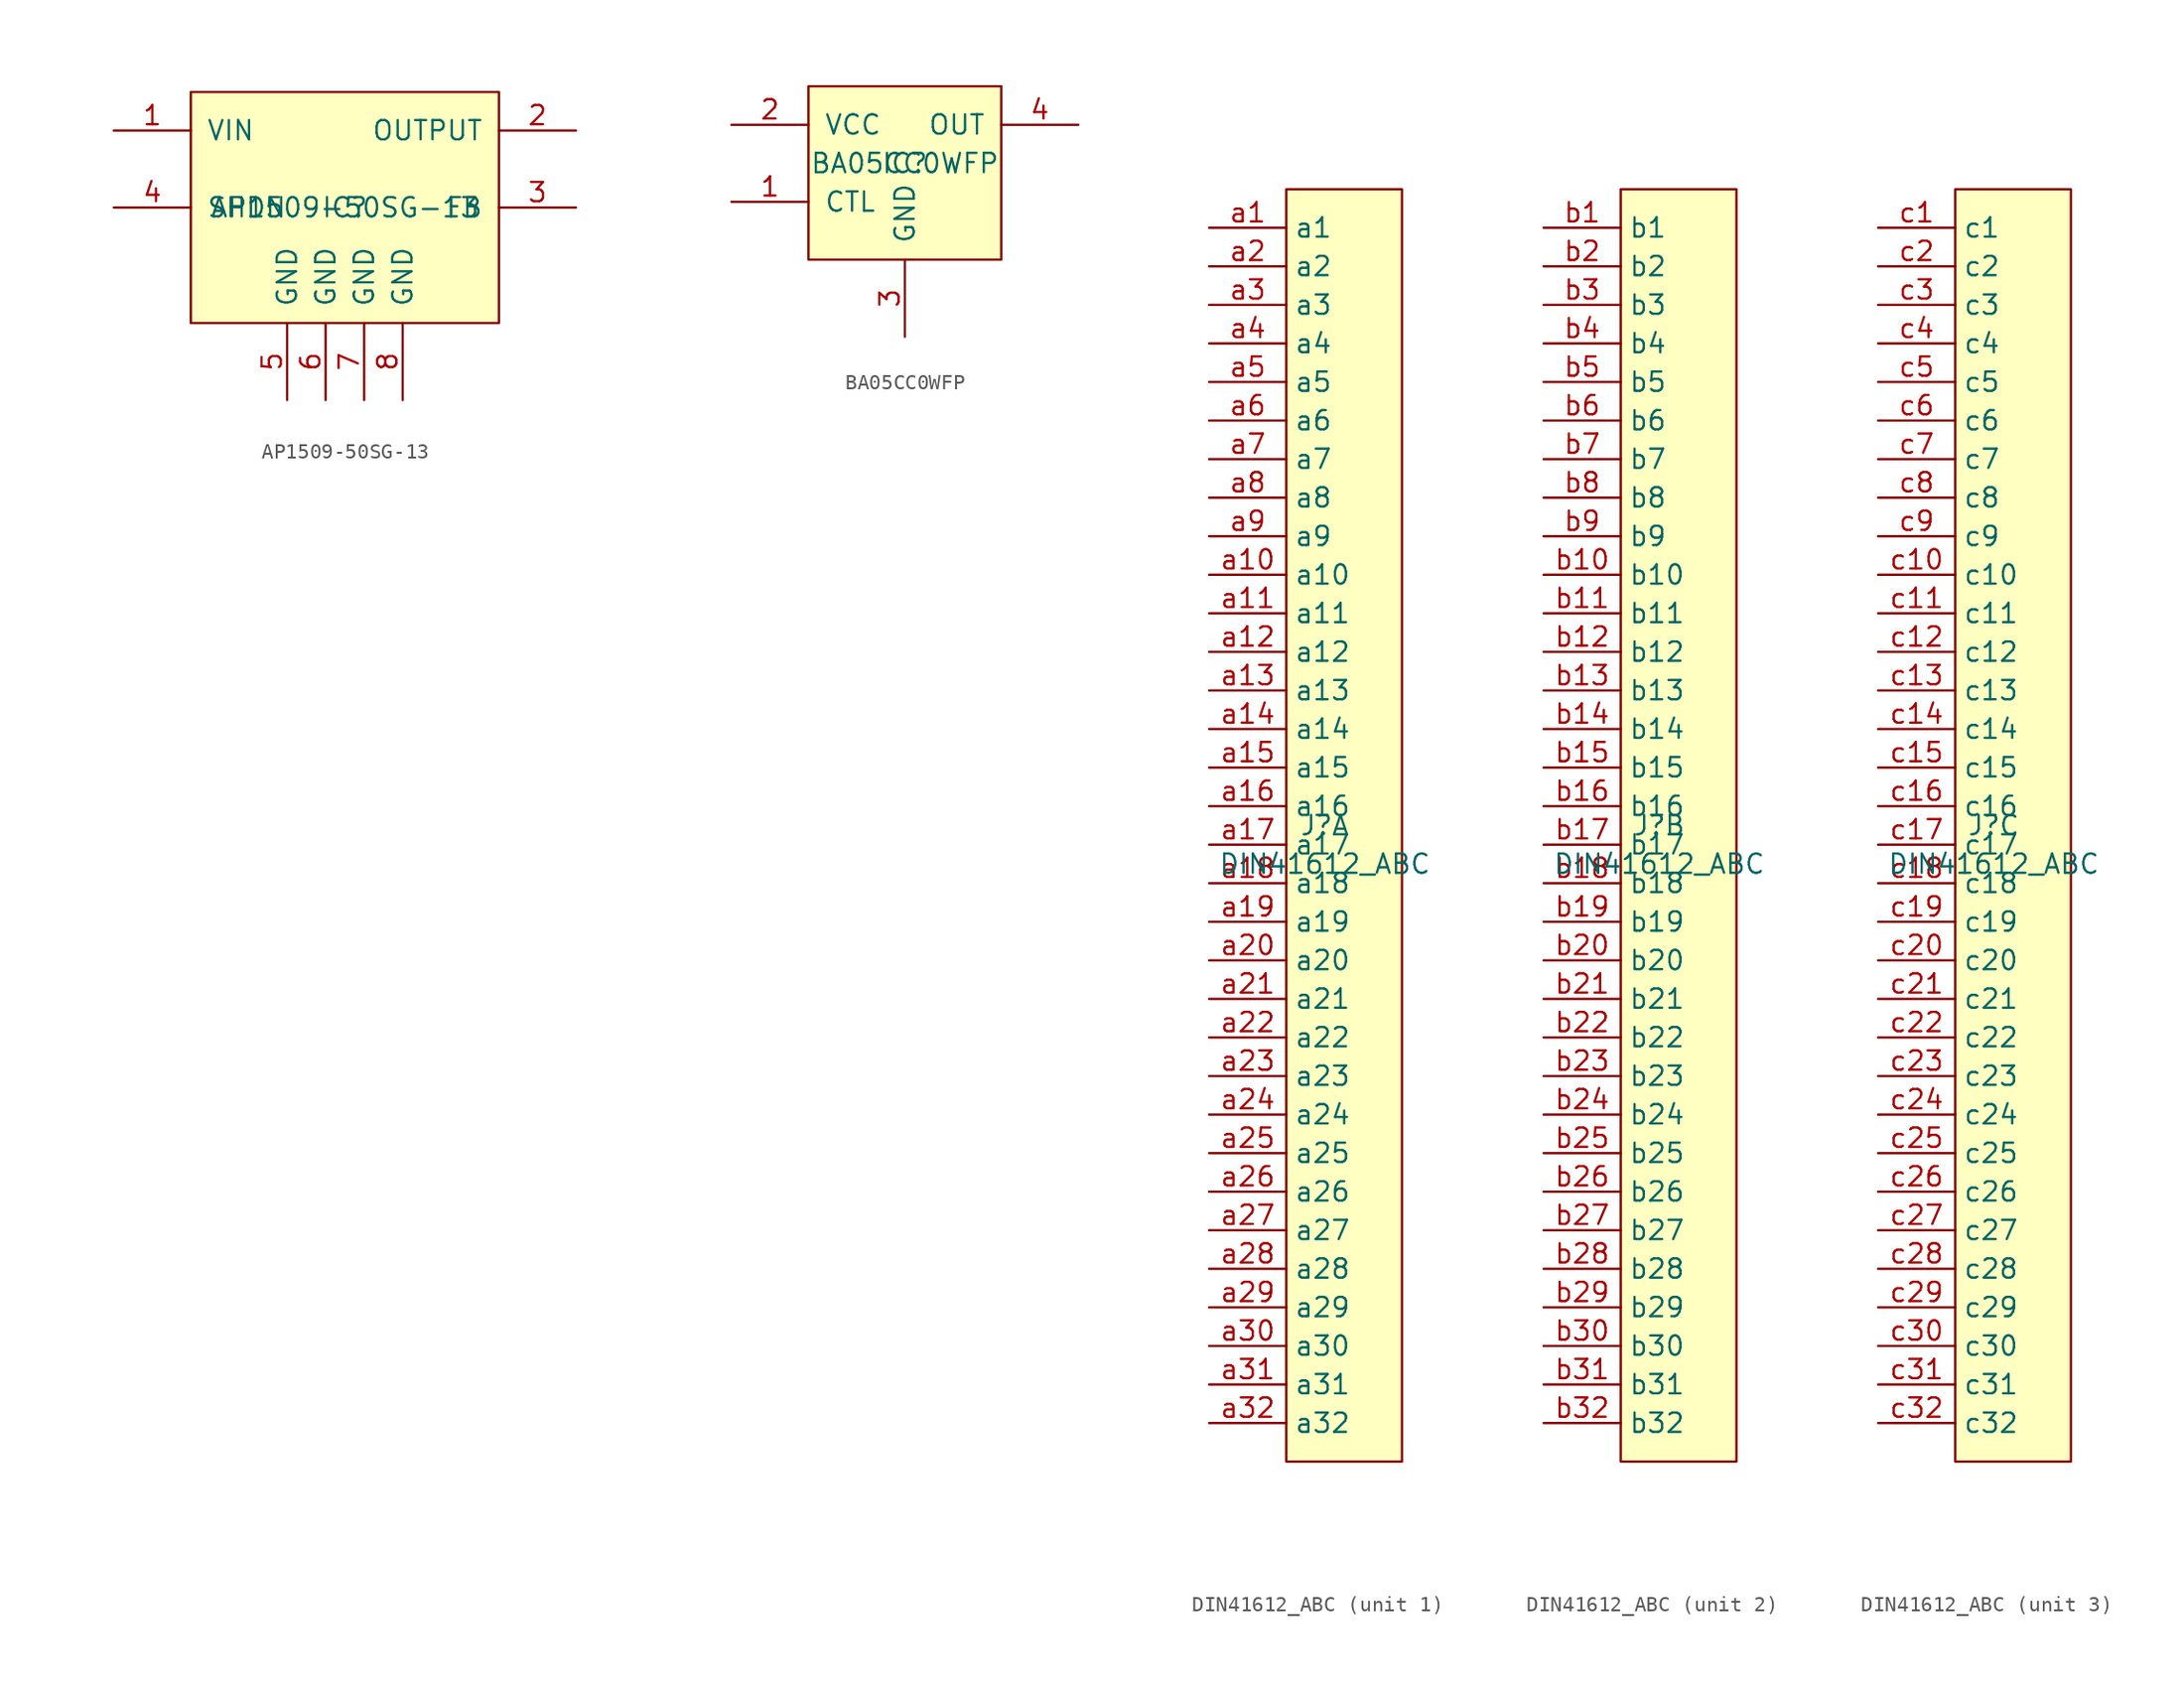
<source format=kicad_sym>
(kicad_symbol_lib
  (version 20220914)
  (generator kicad_symbol_editor)
  (symbol "AP1509-50SG-13"
    (pin_names
      (offset 1.016))
    (property "Reference" "IC"
      (at 0 0 0)
      (effects (font (size 1.27 1.27))))
    (property "Value" "AP1509-50SG-13"
      (at 0 0 0)
      (effects (font (size 1.27 1.27))))
    (symbol "AP1509-50SG-13_0_1"
      (rectangle (start -10.16 7.62) (end 10.16 -7.62) (stroke (width 0) (type default)) (fill (type background))))
    (symbol "AP1509-50SG-13_1_0"
      (pin power_in line (at -15.24 5.08 0) (length 5.08) (name "VIN" (effects (font (size 1.27 1.27)))) (number "1" (effects (font (size 1.27 1.27)))))
      (pin power_out line (at 15.24 5.08 180) (length 5.08) (name "OUTPUT" (effects (font (size 1.27 1.27)))) (number "2" (effects (font (size 1.27 1.27)))))
      (pin input line (at 15.24 0 180) (length 5.08) (name "FB" (effects (font (size 1.27 1.27)))) (number "3" (effects (font (size 1.27 1.27)))))
      (pin input line (at -15.24 0 0) (length 5.08) (name "SHDN" (effects (font (size 1.27 1.27)))) (number "4" (effects (font (size 1.27 1.27)))))
      (pin power_in line (at -3.81 -12.7 90) (length 5.08) (name "GND" (effects (font (size 1.27 1.27)))) (number "5" (effects (font (size 1.27 1.27)))))
      (pin power_in line (at -1.27 -12.7 90) (length 5.08) (name "GND" (effects (font (size 1.27 1.27)))) (number "6" (effects (font (size 1.27 1.27)))))
      (pin power_in line (at 1.27 -12.7 90) (length 5.08) (name "GND" (effects (font (size 1.27 1.27)))) (number "7" (effects (font (size 1.27 1.27)))))
      (pin power_in line (at 3.81 -12.7 90) (length 5.08) (name "GND" (effects (font (size 1.27 1.27)))) (number "8" (effects (font (size 1.27 1.27)))))))
  (symbol "BA05CC0WFP"
    (pin_names
      (offset 1.016))
    (property "Reference" "IC"
      (at 0 0 0)
      (effects (font (size 1.27 1.27))))
    (property "Value" "BA05CC0WFP"
      (at 0 0 0)
      (effects (font (size 1.27 1.27))))
    (symbol "BA05CC0WFP_0_1"
      (rectangle (start -6.35 5.08) (end 6.35 -6.35) (stroke (width 0) (type default)) (fill (type background))))
    (symbol "BA05CC0WFP_1_0"
      (pin input line (at -11.43 -2.54 0) (length 5.08) (name "CTL" (effects (font (size 1.27 1.27)))) (number "1" (effects (font (size 1.27 1.27)))))
      (pin power_in line (at -11.43 2.54 0) (length 5.08) (name "VCC" (effects (font (size 1.27 1.27)))) (number "2" (effects (font (size 1.27 1.27)))))
      (pin power_in line (at 0 -11.43 90) (length 5.08) (name "GND" (effects (font (size 1.27 1.27)))) (number "3" (effects (font (size 1.27 1.27)))))
      (pin power_out line (at 11.43 2.54 180) (length 5.08) (name "OUT" (effects (font (size 1.27 1.27)))) (number "4" (effects (font (size 1.27 1.27)))))
      (pin no_connect line (at 11.43 -2.54 180) (length 5.08) hide (name "NC" (effects (font (size 1.27 1.27)))) (number "5" (effects (font (size 1.27 1.27)))))))
  (symbol "DIN41612_ABC"
    (property "Reference" "J"
      (at 0 0 0)
      (effects (font (size 1.27 1.27))))
    (property "Value" "DIN41612_ABC"
      (at 0 -2.54 0)
      (effects (font (size 1.27 1.27))))
    (property "ki_locked" ""
      (at 0 0 0)
      (effects (font (size 1.27 1.27))))
    (symbol "DIN41612_ABC_0_1"
      (rectangle (start -2.54 41.91) (end 5.08 -41.91) (stroke (width 0.152) (type default)) (fill (type background))))
    (symbol "DIN41612_ABC_1_1"
      (pin passive line (at -7.62 39.37 0) (length 5.08) (name "a1" (effects (font (size 1.27 1.27)))) (number "a1" (effects (font (size 1.27 1.27)))))
      (pin passive line (at -7.62 16.51 0) (length 5.08) (name "a10" (effects (font (size 1.27 1.27)))) (number "a10" (effects (font (size 1.27 1.27)))))
      (pin passive line (at -7.62 13.97 0) (length 5.08) (name "a11" (effects (font (size 1.27 1.27)))) (number "a11" (effects (font (size 1.27 1.27)))))
      (pin passive line (at -7.62 11.43 0) (length 5.08) (name "a12" (effects (font (size 1.27 1.27)))) (number "a12" (effects (font (size 1.27 1.27)))))
      (pin passive line (at -7.62 8.89 0) (length 5.08) (name "a13" (effects (font (size 1.27 1.27)))) (number "a13" (effects (font (size 1.27 1.27)))))
      (pin passive line (at -7.62 6.35 0) (length 5.08) (name "a14" (effects (font (size 1.27 1.27)))) (number "a14" (effects (font (size 1.27 1.27)))))
      (pin passive line (at -7.62 3.81 0) (length 5.08) (name "a15" (effects (font (size 1.27 1.27)))) (number "a15" (effects (font (size 1.27 1.27)))))
      (pin passive line (at -7.62 1.27 0) (length 5.08) (name "a16" (effects (font (size 1.27 1.27)))) (number "a16" (effects (font (size 1.27 1.27)))))
      (pin passive line (at -7.62 -1.27 0) (length 5.08) (name "a17" (effects (font (size 1.27 1.27)))) (number "a17" (effects (font (size 1.27 1.27)))))
      (pin passive line (at -7.62 -3.81 0) (length 5.08) (name "a18" (effects (font (size 1.27 1.27)))) (number "a18" (effects (font (size 1.27 1.27)))))
      (pin passive line (at -7.62 -6.35 0) (length 5.08) (name "a19" (effects (font (size 1.27 1.27)))) (number "a19" (effects (font (size 1.27 1.27)))))
      (pin passive line (at -7.62 36.83 0) (length 5.08) (name "a2" (effects (font (size 1.27 1.27)))) (number "a2" (effects (font (size 1.27 1.27)))))
      (pin passive line (at -7.62 -8.89 0) (length 5.08) (name "a20" (effects (font (size 1.27 1.27)))) (number "a20" (effects (font (size 1.27 1.27)))))
      (pin passive line (at -7.62 -11.43 0) (length 5.08) (name "a21" (effects (font (size 1.27 1.27)))) (number "a21" (effects (font (size 1.27 1.27)))))
      (pin passive line (at -7.62 -13.97 0) (length 5.08) (name "a22" (effects (font (size 1.27 1.27)))) (number "a22" (effects (font (size 1.27 1.27)))))
      (pin passive line (at -7.62 -16.51 0) (length 5.08) (name "a23" (effects (font (size 1.27 1.27)))) (number "a23" (effects (font (size 1.27 1.27)))))
      (pin passive line (at -7.62 -19.05 0) (length 5.08) (name "a24" (effects (font (size 1.27 1.27)))) (number "a24" (effects (font (size 1.27 1.27)))))
      (pin passive line (at -7.62 -21.59 0) (length 5.08) (name "a25" (effects (font (size 1.27 1.27)))) (number "a25" (effects (font (size 1.27 1.27)))))
      (pin passive line (at -7.62 -24.13 0) (length 5.08) (name "a26" (effects (font (size 1.27 1.27)))) (number "a26" (effects (font (size 1.27 1.27)))))
      (pin passive line (at -7.62 -26.67 0) (length 5.08) (name "a27" (effects (font (size 1.27 1.27)))) (number "a27" (effects (font (size 1.27 1.27)))))
      (pin passive line (at -7.62 -29.21 0) (length 5.08) (name "a28" (effects (font (size 1.27 1.27)))) (number "a28" (effects (font (size 1.27 1.27)))))
      (pin passive line (at -7.62 -31.75 0) (length 5.08) (name "a29" (effects (font (size 1.27 1.27)))) (number "a29" (effects (font (size 1.27 1.27)))))
      (pin passive line (at -7.62 34.29 0) (length 5.08) (name "a3" (effects (font (size 1.27 1.27)))) (number "a3" (effects (font (size 1.27 1.27)))))
      (pin passive line (at -7.62 -34.29 0) (length 5.08) (name "a30" (effects (font (size 1.27 1.27)))) (number "a30" (effects (font (size 1.27 1.27)))))
      (pin passive line (at -7.62 -36.83 0) (length 5.08) (name "a31" (effects (font (size 1.27 1.27)))) (number "a31" (effects (font (size 1.27 1.27)))))
      (pin passive line (at -7.62 -39.37 0) (length 5.08) (name "a32" (effects (font (size 1.27 1.27)))) (number "a32" (effects (font (size 1.27 1.27)))))
      (pin passive line (at -7.62 31.75 0) (length 5.08) (name "a4" (effects (font (size 1.27 1.27)))) (number "a4" (effects (font (size 1.27 1.27)))))
      (pin passive line (at -7.62 29.21 0) (length 5.08) (name "a5" (effects (font (size 1.27 1.27)))) (number "a5" (effects (font (size 1.27 1.27)))))
      (pin passive line (at -7.62 26.67 0) (length 5.08) (name "a6" (effects (font (size 1.27 1.27)))) (number "a6" (effects (font (size 1.27 1.27)))))
      (pin passive line (at -7.62 24.13 0) (length 5.08) (name "a7" (effects (font (size 1.27 1.27)))) (number "a7" (effects (font (size 1.27 1.27)))))
      (pin passive line (at -7.62 21.59 0) (length 5.08) (name "a8" (effects (font (size 1.27 1.27)))) (number "a8" (effects (font (size 1.27 1.27)))))
      (pin passive line (at -7.62 19.05 0) (length 5.08) (name "a9" (effects (font (size 1.27 1.27)))) (number "a9" (effects (font (size 1.27 1.27))))))
    (symbol "DIN41612_ABC_2_1"
      (pin passive line (at -7.62 39.37 0) (length 5.08) (name "b1" (effects (font (size 1.27 1.27)))) (number "b1" (effects (font (size 1.27 1.27)))))
      (pin passive line (at -7.62 16.51 0) (length 5.08) (name "b10" (effects (font (size 1.27 1.27)))) (number "b10" (effects (font (size 1.27 1.27)))))
      (pin passive line (at -7.62 13.97 0) (length 5.08) (name "b11" (effects (font (size 1.27 1.27)))) (number "b11" (effects (font (size 1.27 1.27)))))
      (pin passive line (at -7.62 11.43 0) (length 5.08) (name "b12" (effects (font (size 1.27 1.27)))) (number "b12" (effects (font (size 1.27 1.27)))))
      (pin passive line (at -7.62 8.89 0) (length 5.08) (name "b13" (effects (font (size 1.27 1.27)))) (number "b13" (effects (font (size 1.27 1.27)))))
      (pin passive line (at -7.62 6.35 0) (length 5.08) (name "b14" (effects (font (size 1.27 1.27)))) (number "b14" (effects (font (size 1.27 1.27)))))
      (pin passive line (at -7.62 3.81 0) (length 5.08) (name "b15" (effects (font (size 1.27 1.27)))) (number "b15" (effects (font (size 1.27 1.27)))))
      (pin passive line (at -7.62 1.27 0) (length 5.08) (name "b16" (effects (font (size 1.27 1.27)))) (number "b16" (effects (font (size 1.27 1.27)))))
      (pin passive line (at -7.62 -1.27 0) (length 5.08) (name "b17" (effects (font (size 1.27 1.27)))) (number "b17" (effects (font (size 1.27 1.27)))))
      (pin passive line (at -7.62 -3.81 0) (length 5.08) (name "b18" (effects (font (size 1.27 1.27)))) (number "b18" (effects (font (size 1.27 1.27)))))
      (pin passive line (at -7.62 -6.35 0) (length 5.08) (name "b19" (effects (font (size 1.27 1.27)))) (number "b19" (effects (font (size 1.27 1.27)))))
      (pin passive line (at -7.62 36.83 0) (length 5.08) (name "b2" (effects (font (size 1.27 1.27)))) (number "b2" (effects (font (size 1.27 1.27)))))
      (pin passive line (at -7.62 -8.89 0) (length 5.08) (name "b20" (effects (font (size 1.27 1.27)))) (number "b20" (effects (font (size 1.27 1.27)))))
      (pin passive line (at -7.62 -11.43 0) (length 5.08) (name "b21" (effects (font (size 1.27 1.27)))) (number "b21" (effects (font (size 1.27 1.27)))))
      (pin passive line (at -7.62 -13.97 0) (length 5.08) (name "b22" (effects (font (size 1.27 1.27)))) (number "b22" (effects (font (size 1.27 1.27)))))
      (pin passive line (at -7.62 -16.51 0) (length 5.08) (name "b23" (effects (font (size 1.27 1.27)))) (number "b23" (effects (font (size 1.27 1.27)))))
      (pin passive line (at -7.62 -19.05 0) (length 5.08) (name "b24" (effects (font (size 1.27 1.27)))) (number "b24" (effects (font (size 1.27 1.27)))))
      (pin passive line (at -7.62 -21.59 0) (length 5.08) (name "b25" (effects (font (size 1.27 1.27)))) (number "b25" (effects (font (size 1.27 1.27)))))
      (pin passive line (at -7.62 -24.13 0) (length 5.08) (name "b26" (effects (font (size 1.27 1.27)))) (number "b26" (effects (font (size 1.27 1.27)))))
      (pin passive line (at -7.62 -26.67 0) (length 5.08) (name "b27" (effects (font (size 1.27 1.27)))) (number "b27" (effects (font (size 1.27 1.27)))))
      (pin passive line (at -7.62 -29.21 0) (length 5.08) (name "b28" (effects (font (size 1.27 1.27)))) (number "b28" (effects (font (size 1.27 1.27)))))
      (pin passive line (at -7.62 -31.75 0) (length 5.08) (name "b29" (effects (font (size 1.27 1.27)))) (number "b29" (effects (font (size 1.27 1.27)))))
      (pin passive line (at -7.62 34.29 0) (length 5.08) (name "b3" (effects (font (size 1.27 1.27)))) (number "b3" (effects (font (size 1.27 1.27)))))
      (pin passive line (at -7.62 -34.29 0) (length 5.08) (name "b30" (effects (font (size 1.27 1.27)))) (number "b30" (effects (font (size 1.27 1.27)))))
      (pin passive line (at -7.62 -36.83 0) (length 5.08) (name "b31" (effects (font (size 1.27 1.27)))) (number "b31" (effects (font (size 1.27 1.27)))))
      (pin passive line (at -7.62 -39.37 0) (length 5.08) (name "b32" (effects (font (size 1.27 1.27)))) (number "b32" (effects (font (size 1.27 1.27)))))
      (pin passive line (at -7.62 31.75 0) (length 5.08) (name "b4" (effects (font (size 1.27 1.27)))) (number "b4" (effects (font (size 1.27 1.27)))))
      (pin passive line (at -7.62 29.21 0) (length 5.08) (name "b5" (effects (font (size 1.27 1.27)))) (number "b5" (effects (font (size 1.27 1.27)))))
      (pin passive line (at -7.62 26.67 0) (length 5.08) (name "b6" (effects (font (size 1.27 1.27)))) (number "b6" (effects (font (size 1.27 1.27)))))
      (pin passive line (at -7.62 24.13 0) (length 5.08) (name "b7" (effects (font (size 1.27 1.27)))) (number "b7" (effects (font (size 1.27 1.27)))))
      (pin passive line (at -7.62 21.59 0) (length 5.08) (name "b8" (effects (font (size 1.27 1.27)))) (number "b8" (effects (font (size 1.27 1.27)))))
      (pin passive line (at -7.62 19.05 0) (length 5.08) (name "b9" (effects (font (size 1.27 1.27)))) (number "b9" (effects (font (size 1.27 1.27))))))
    (symbol "DIN41612_ABC_3_1"
      (pin passive line (at -7.62 39.37 0) (length 5.08) (name "c1" (effects (font (size 1.27 1.27)))) (number "c1" (effects (font (size 1.27 1.27)))))
      (pin passive line (at -7.62 16.51 0) (length 5.08) (name "c10" (effects (font (size 1.27 1.27)))) (number "c10" (effects (font (size 1.27 1.27)))))
      (pin passive line (at -7.62 13.97 0) (length 5.08) (name "c11" (effects (font (size 1.27 1.27)))) (number "c11" (effects (font (size 1.27 1.27)))))
      (pin passive line (at -7.62 11.43 0) (length 5.08) (name "c12" (effects (font (size 1.27 1.27)))) (number "c12" (effects (font (size 1.27 1.27)))))
      (pin passive line (at -7.62 8.89 0) (length 5.08) (name "c13" (effects (font (size 1.27 1.27)))) (number "c13" (effects (font (size 1.27 1.27)))))
      (pin passive line (at -7.62 6.35 0) (length 5.08) (name "c14" (effects (font (size 1.27 1.27)))) (number "c14" (effects (font (size 1.27 1.27)))))
      (pin passive line (at -7.62 3.81 0) (length 5.08) (name "c15" (effects (font (size 1.27 1.27)))) (number "c15" (effects (font (size 1.27 1.27)))))
      (pin passive line (at -7.62 1.27 0) (length 5.08) (name "c16" (effects (font (size 1.27 1.27)))) (number "c16" (effects (font (size 1.27 1.27)))))
      (pin passive line (at -7.62 -1.27 0) (length 5.08) (name "c17" (effects (font (size 1.27 1.27)))) (number "c17" (effects (font (size 1.27 1.27)))))
      (pin passive line (at -7.62 -3.81 0) (length 5.08) (name "c18" (effects (font (size 1.27 1.27)))) (number "c18" (effects (font (size 1.27 1.27)))))
      (pin passive line (at -7.62 -6.35 0) (length 5.08) (name "c19" (effects (font (size 1.27 1.27)))) (number "c19" (effects (font (size 1.27 1.27)))))
      (pin passive line (at -7.62 36.83 0) (length 5.08) (name "c2" (effects (font (size 1.27 1.27)))) (number "c2" (effects (font (size 1.27 1.27)))))
      (pin passive line (at -7.62 -8.89 0) (length 5.08) (name "c20" (effects (font (size 1.27 1.27)))) (number "c20" (effects (font (size 1.27 1.27)))))
      (pin passive line (at -7.62 -11.43 0) (length 5.08) (name "c21" (effects (font (size 1.27 1.27)))) (number "c21" (effects (font (size 1.27 1.27)))))
      (pin passive line (at -7.62 -13.97 0) (length 5.08) (name "c22" (effects (font (size 1.27 1.27)))) (number "c22" (effects (font (size 1.27 1.27)))))
      (pin passive line (at -7.62 -16.51 0) (length 5.08) (name "c23" (effects (font (size 1.27 1.27)))) (number "c23" (effects (font (size 1.27 1.27)))))
      (pin passive line (at -7.62 -19.05 0) (length 5.08) (name "c24" (effects (font (size 1.27 1.27)))) (number "c24" (effects (font (size 1.27 1.27)))))
      (pin passive line (at -7.62 -21.59 0) (length 5.08) (name "c25" (effects (font (size 1.27 1.27)))) (number "c25" (effects (font (size 1.27 1.27)))))
      (pin passive line (at -7.62 -24.13 0) (length 5.08) (name "c26" (effects (font (size 1.27 1.27)))) (number "c26" (effects (font (size 1.27 1.27)))))
      (pin passive line (at -7.62 -26.67 0) (length 5.08) (name "c27" (effects (font (size 1.27 1.27)))) (number "c27" (effects (font (size 1.27 1.27)))))
      (pin passive line (at -7.62 -29.21 0) (length 5.08) (name "c28" (effects (font (size 1.27 1.27)))) (number "c28" (effects (font (size 1.27 1.27)))))
      (pin passive line (at -7.62 -31.75 0) (length 5.08) (name "c29" (effects (font (size 1.27 1.27)))) (number "c29" (effects (font (size 1.27 1.27)))))
      (pin passive line (at -7.62 34.29 0) (length 5.08) (name "c3" (effects (font (size 1.27 1.27)))) (number "c3" (effects (font (size 1.27 1.27)))))
      (pin passive line (at -7.62 -34.29 0) (length 5.08) (name "c30" (effects (font (size 1.27 1.27)))) (number "c30" (effects (font (size 1.27 1.27)))))
      (pin passive line (at -7.62 -36.83 0) (length 5.08) (name "c31" (effects (font (size 1.27 1.27)))) (number "c31" (effects (font (size 1.27 1.27)))))
      (pin passive line (at -7.62 -39.37 0) (length 5.08) (name "c32" (effects (font (size 1.27 1.27)))) (number "c32" (effects (font (size 1.27 1.27)))))
      (pin passive line (at -7.62 31.75 0) (length 5.08) (name "c4" (effects (font (size 1.27 1.27)))) (number "c4" (effects (font (size 1.27 1.27)))))
      (pin passive line (at -7.62 29.21 0) (length 5.08) (name "c5" (effects (font (size 1.27 1.27)))) (number "c5" (effects (font (size 1.27 1.27)))))
      (pin passive line (at -7.62 26.67 0) (length 5.08) (name "c6" (effects (font (size 1.27 1.27)))) (number "c6" (effects (font (size 1.27 1.27)))))
      (pin passive line (at -7.62 24.13 0) (length 5.08) (name "c7" (effects (font (size 1.27 1.27)))) (number "c7" (effects (font (size 1.27 1.27)))))
      (pin passive line (at -7.62 21.59 0) (length 5.08) (name "c8" (effects (font (size 1.27 1.27)))) (number "c8" (effects (font (size 1.27 1.27)))))
      (pin passive line (at -7.62 19.05 0) (length 5.08) (name "c9" (effects (font (size 1.27 1.27)))) (number "c9" (effects (font (size 1.27 1.27))))))))
</source>
